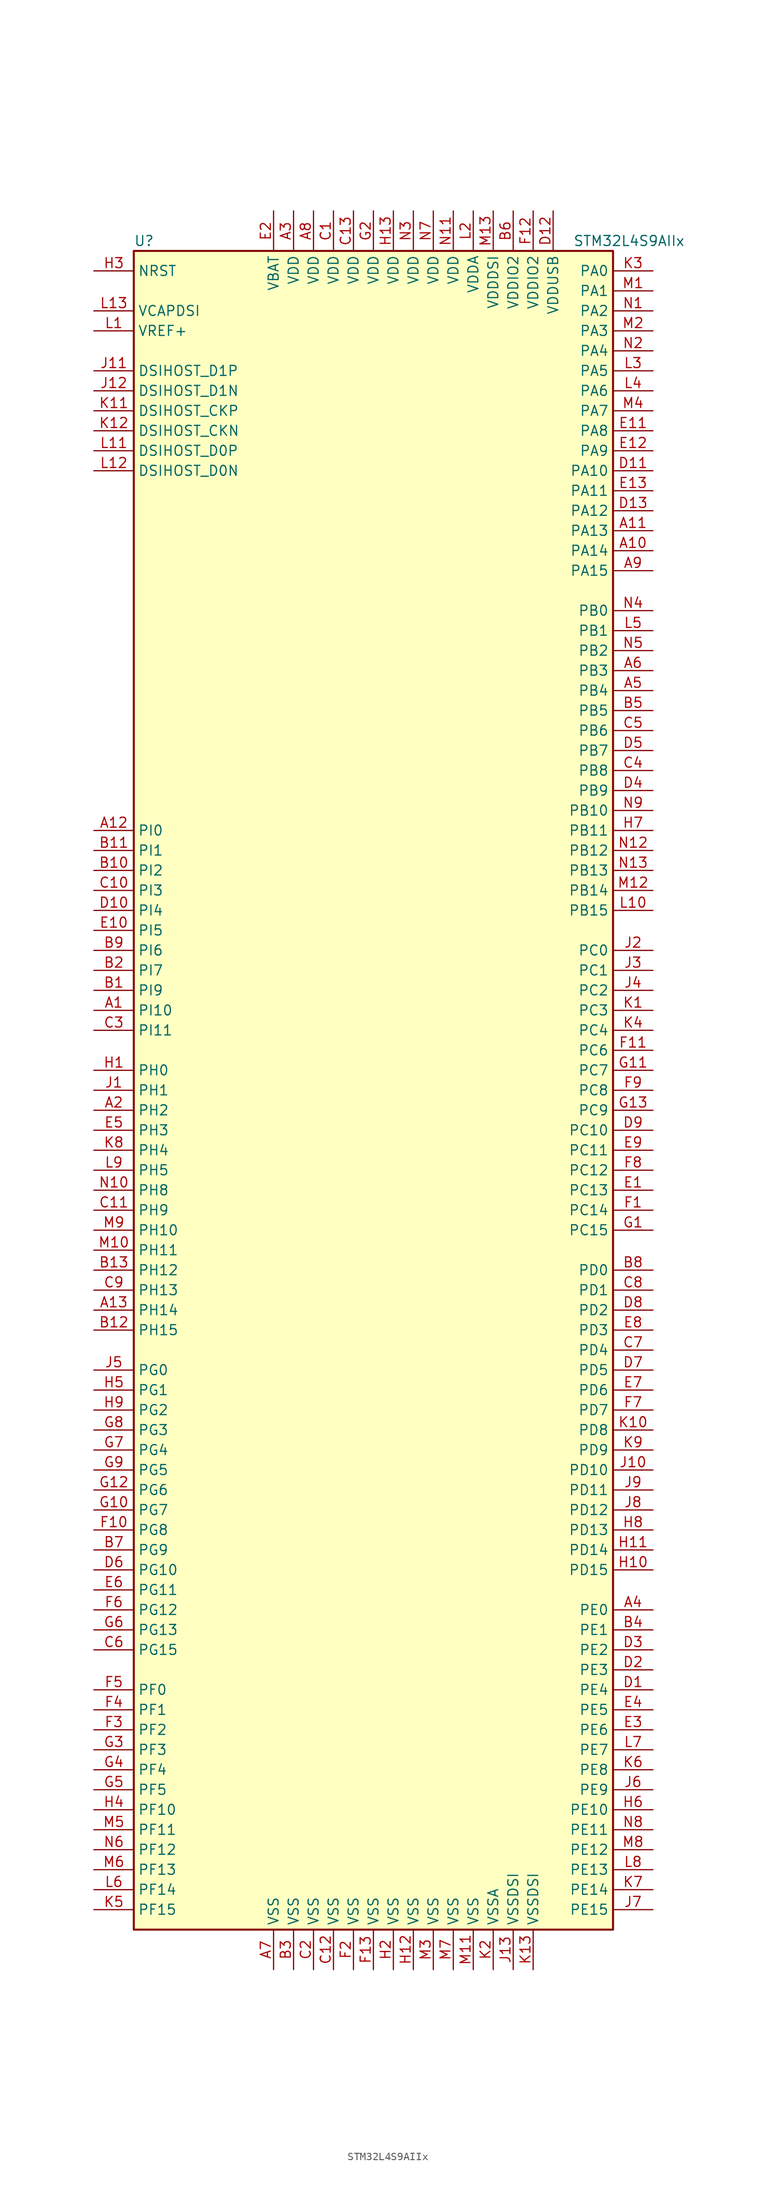
<source format=kicad_sym>
(kicad_symbol_lib
  (version 20220914)
  (generator kicad_symbol_editor)
  (symbol "STM32L4S9AIIx"
    (property "Reference" "U"
      (at -30.48 107.95 0)
      (effects (font (size 1.27 1.27)) (justify left)))
    (property "Value" "STM32L4S9AIIx"
      (at 25.4 107.95 0)
      (effects (font (size 1.27 1.27)) (justify left)))
    (symbol "STM32L4S9AIIx_0_1"
      (rectangle (start -30.48 -106.68) (end 30.48 106.68) (stroke (width 0.254) (type default)) (fill (type background))))
    (symbol "STM32L4S9AIIx_1_1"
      (pin bidirectional line (at -35.56 10.16 0) (length 5.08) (name "PI10" (effects (font (size 1.27 1.27)))) (number "A1" (effects (font (size 1.27 1.27)))))
      (pin bidirectional line (at 35.56 68.58 180) (length 5.08) (name "PA14" (effects (font (size 1.27 1.27)))) (number "A10" (effects (font (size 1.27 1.27)))))
      (pin bidirectional line (at 35.56 71.12 180) (length 5.08) (name "PA13" (effects (font (size 1.27 1.27)))) (number "A11" (effects (font (size 1.27 1.27)))))
      (pin bidirectional line (at -35.56 33.02 0) (length 5.08) (name "PI0" (effects (font (size 1.27 1.27)))) (number "A12" (effects (font (size 1.27 1.27)))))
      (pin bidirectional line (at -35.56 -27.94 0) (length 5.08) (name "PH14" (effects (font (size 1.27 1.27)))) (number "A13" (effects (font (size 1.27 1.27)))))
      (pin bidirectional line (at -35.56 -2.54 0) (length 5.08) (name "PH2" (effects (font (size 1.27 1.27)))) (number "A2" (effects (font (size 1.27 1.27)))))
      (pin power_in line (at -10.16 111.76 270) (length 5.08) (name "VDD" (effects (font (size 1.27 1.27)))) (number "A3" (effects (font (size 1.27 1.27)))))
      (pin bidirectional line (at 35.56 -66.04 180) (length 5.08) (name "PE0" (effects (font (size 1.27 1.27)))) (number "A4" (effects (font (size 1.27 1.27)))))
      (pin bidirectional line (at 35.56 50.8 180) (length 5.08) (name "PB4" (effects (font (size 1.27 1.27)))) (number "A5" (effects (font (size 1.27 1.27)))))
      (pin bidirectional line (at 35.56 53.34 180) (length 5.08) (name "PB3" (effects (font (size 1.27 1.27)))) (number "A6" (effects (font (size 1.27 1.27)))))
      (pin power_in line (at -12.7 -111.76 90) (length 5.08) (name "VSS" (effects (font (size 1.27 1.27)))) (number "A7" (effects (font (size 1.27 1.27)))))
      (pin power_in line (at -7.62 111.76 270) (length 5.08) (name "VDD" (effects (font (size 1.27 1.27)))) (number "A8" (effects (font (size 1.27 1.27)))))
      (pin bidirectional line (at 35.56 66.04 180) (length 5.08) (name "PA15" (effects (font (size 1.27 1.27)))) (number "A9" (effects (font (size 1.27 1.27)))))
      (pin bidirectional line (at -35.56 12.7 0) (length 5.08) (name "PI9" (effects (font (size 1.27 1.27)))) (number "B1" (effects (font (size 1.27 1.27)))))
      (pin bidirectional line (at -35.56 27.94 0) (length 5.08) (name "PI2" (effects (font (size 1.27 1.27)))) (number "B10" (effects (font (size 1.27 1.27)))))
      (pin bidirectional line (at -35.56 30.48 0) (length 5.08) (name "PI1" (effects (font (size 1.27 1.27)))) (number "B11" (effects (font (size 1.27 1.27)))))
      (pin bidirectional line (at -35.56 -30.48 0) (length 5.08) (name "PH15" (effects (font (size 1.27 1.27)))) (number "B12" (effects (font (size 1.27 1.27)))))
      (pin bidirectional line (at -35.56 -22.86 0) (length 5.08) (name "PH12" (effects (font (size 1.27 1.27)))) (number "B13" (effects (font (size 1.27 1.27)))))
      (pin bidirectional line (at -35.56 15.24 0) (length 5.08) (name "PI7" (effects (font (size 1.27 1.27)))) (number "B2" (effects (font (size 1.27 1.27)))))
      (pin power_in line (at -10.16 -111.76 90) (length 5.08) (name "VSS" (effects (font (size 1.27 1.27)))) (number "B3" (effects (font (size 1.27 1.27)))))
      (pin bidirectional line (at 35.56 -68.58 180) (length 5.08) (name "PE1" (effects (font (size 1.27 1.27)))) (number "B4" (effects (font (size 1.27 1.27)))))
      (pin bidirectional line (at 35.56 48.26 180) (length 5.08) (name "PB5" (effects (font (size 1.27 1.27)))) (number "B5" (effects (font (size 1.27 1.27)))))
      (pin power_in line (at 17.78 111.76 270) (length 5.08) (name "VDDIO2" (effects (font (size 1.27 1.27)))) (number "B6" (effects (font (size 1.27 1.27)))))
      (pin bidirectional line (at -35.56 -58.42 0) (length 5.08) (name "PG9" (effects (font (size 1.27 1.27)))) (number "B7" (effects (font (size 1.27 1.27)))))
      (pin bidirectional line (at 35.56 -22.86 180) (length 5.08) (name "PD0" (effects (font (size 1.27 1.27)))) (number "B8" (effects (font (size 1.27 1.27)))))
      (pin bidirectional line (at -35.56 17.78 0) (length 5.08) (name "PI6" (effects (font (size 1.27 1.27)))) (number "B9" (effects (font (size 1.27 1.27)))))
      (pin power_in line (at -5.08 111.76 270) (length 5.08) (name "VDD" (effects (font (size 1.27 1.27)))) (number "C1" (effects (font (size 1.27 1.27)))))
      (pin bidirectional line (at -35.56 25.4 0) (length 5.08) (name "PI3" (effects (font (size 1.27 1.27)))) (number "C10" (effects (font (size 1.27 1.27)))))
      (pin bidirectional line (at -35.56 -15.24 0) (length 5.08) (name "PH9" (effects (font (size 1.27 1.27)))) (number "C11" (effects (font (size 1.27 1.27)))))
      (pin power_in line (at -5.08 -111.76 90) (length 5.08) (name "VSS" (effects (font (size 1.27 1.27)))) (number "C12" (effects (font (size 1.27 1.27)))))
      (pin power_in line (at -2.54 111.76 270) (length 5.08) (name "VDD" (effects (font (size 1.27 1.27)))) (number "C13" (effects (font (size 1.27 1.27)))))
      (pin power_in line (at -7.62 -111.76 90) (length 5.08) (name "VSS" (effects (font (size 1.27 1.27)))) (number "C2" (effects (font (size 1.27 1.27)))))
      (pin bidirectional line (at -35.56 7.62 0) (length 5.08) (name "PI11" (effects (font (size 1.27 1.27)))) (number "C3" (effects (font (size 1.27 1.27)))))
      (pin bidirectional line (at 35.56 40.64 180) (length 5.08) (name "PB8" (effects (font (size 1.27 1.27)))) (number "C4" (effects (font (size 1.27 1.27)))))
      (pin bidirectional line (at 35.56 45.72 180) (length 5.08) (name "PB6" (effects (font (size 1.27 1.27)))) (number "C5" (effects (font (size 1.27 1.27)))))
      (pin bidirectional line (at -35.56 -71.12 0) (length 5.08) (name "PG15" (effects (font (size 1.27 1.27)))) (number "C6" (effects (font (size 1.27 1.27)))))
      (pin bidirectional line (at 35.56 -33.02 180) (length 5.08) (name "PD4" (effects (font (size 1.27 1.27)))) (number "C7" (effects (font (size 1.27 1.27)))))
      (pin bidirectional line (at 35.56 -25.4 180) (length 5.08) (name "PD1" (effects (font (size 1.27 1.27)))) (number "C8" (effects (font (size 1.27 1.27)))))
      (pin bidirectional line (at -35.56 -25.4 0) (length 5.08) (name "PH13" (effects (font (size 1.27 1.27)))) (number "C9" (effects (font (size 1.27 1.27)))))
      (pin bidirectional line (at 35.56 -76.2 180) (length 5.08) (name "PE4" (effects (font (size 1.27 1.27)))) (number "D1" (effects (font (size 1.27 1.27)))))
      (pin bidirectional line (at -35.56 22.86 0) (length 5.08) (name "PI4" (effects (font (size 1.27 1.27)))) (number "D10" (effects (font (size 1.27 1.27)))))
      (pin bidirectional line (at 35.56 78.74 180) (length 5.08) (name "PA10" (effects (font (size 1.27 1.27)))) (number "D11" (effects (font (size 1.27 1.27)))))
      (pin power_in line (at 22.86 111.76 270) (length 5.08) (name "VDDUSB" (effects (font (size 1.27 1.27)))) (number "D12" (effects (font (size 1.27 1.27)))))
      (pin bidirectional line (at 35.56 73.66 180) (length 5.08) (name "PA12" (effects (font (size 1.27 1.27)))) (number "D13" (effects (font (size 1.27 1.27)))))
      (pin bidirectional line (at 35.56 -73.66 180) (length 5.08) (name "PE3" (effects (font (size 1.27 1.27)))) (number "D2" (effects (font (size 1.27 1.27)))))
      (pin bidirectional line (at 35.56 -71.12 180) (length 5.08) (name "PE2" (effects (font (size 1.27 1.27)))) (number "D3" (effects (font (size 1.27 1.27)))))
      (pin bidirectional line (at 35.56 38.1 180) (length 5.08) (name "PB9" (effects (font (size 1.27 1.27)))) (number "D4" (effects (font (size 1.27 1.27)))))
      (pin bidirectional line (at 35.56 43.18 180) (length 5.08) (name "PB7" (effects (font (size 1.27 1.27)))) (number "D5" (effects (font (size 1.27 1.27)))))
      (pin bidirectional line (at -35.56 -60.96 0) (length 5.08) (name "PG10" (effects (font (size 1.27 1.27)))) (number "D6" (effects (font (size 1.27 1.27)))))
      (pin bidirectional line (at 35.56 -35.56 180) (length 5.08) (name "PD5" (effects (font (size 1.27 1.27)))) (number "D7" (effects (font (size 1.27 1.27)))))
      (pin bidirectional line (at 35.56 -27.94 180) (length 5.08) (name "PD2" (effects (font (size 1.27 1.27)))) (number "D8" (effects (font (size 1.27 1.27)))))
      (pin bidirectional line (at 35.56 -5.08 180) (length 5.08) (name "PC10" (effects (font (size 1.27 1.27)))) (number "D9" (effects (font (size 1.27 1.27)))))
      (pin bidirectional line (at 35.56 -12.7 180) (length 5.08) (name "PC13" (effects (font (size 1.27 1.27)))) (number "E1" (effects (font (size 1.27 1.27)))))
      (pin bidirectional line (at -35.56 20.32 0) (length 5.08) (name "PI5" (effects (font (size 1.27 1.27)))) (number "E10" (effects (font (size 1.27 1.27)))))
      (pin bidirectional line (at 35.56 83.82 180) (length 5.08) (name "PA8" (effects (font (size 1.27 1.27)))) (number "E11" (effects (font (size 1.27 1.27)))))
      (pin bidirectional line (at 35.56 81.28 180) (length 5.08) (name "PA9" (effects (font (size 1.27 1.27)))) (number "E12" (effects (font (size 1.27 1.27)))))
      (pin bidirectional line (at 35.56 76.2 180) (length 5.08) (name "PA11" (effects (font (size 1.27 1.27)))) (number "E13" (effects (font (size 1.27 1.27)))))
      (pin power_in line (at -12.7 111.76 270) (length 5.08) (name "VBAT" (effects (font (size 1.27 1.27)))) (number "E2" (effects (font (size 1.27 1.27)))))
      (pin bidirectional line (at 35.56 -81.28 180) (length 5.08) (name "PE6" (effects (font (size 1.27 1.27)))) (number "E3" (effects (font (size 1.27 1.27)))))
      (pin bidirectional line (at 35.56 -78.74 180) (length 5.08) (name "PE5" (effects (font (size 1.27 1.27)))) (number "E4" (effects (font (size 1.27 1.27)))))
      (pin bidirectional line (at -35.56 -5.08 0) (length 5.08) (name "PH3" (effects (font (size 1.27 1.27)))) (number "E5" (effects (font (size 1.27 1.27)))))
      (pin bidirectional line (at -35.56 -63.5 0) (length 5.08) (name "PG11" (effects (font (size 1.27 1.27)))) (number "E6" (effects (font (size 1.27 1.27)))))
      (pin bidirectional line (at 35.56 -38.1 180) (length 5.08) (name "PD6" (effects (font (size 1.27 1.27)))) (number "E7" (effects (font (size 1.27 1.27)))))
      (pin bidirectional line (at 35.56 -30.48 180) (length 5.08) (name "PD3" (effects (font (size 1.27 1.27)))) (number "E8" (effects (font (size 1.27 1.27)))))
      (pin bidirectional line (at 35.56 -7.62 180) (length 5.08) (name "PC11" (effects (font (size 1.27 1.27)))) (number "E9" (effects (font (size 1.27 1.27)))))
      (pin bidirectional line (at 35.56 -15.24 180) (length 5.08) (name "PC14" (effects (font (size 1.27 1.27)))) (number "F1" (effects (font (size 1.27 1.27)))))
      (pin bidirectional line (at -35.56 -55.88 0) (length 5.08) (name "PG8" (effects (font (size 1.27 1.27)))) (number "F10" (effects (font (size 1.27 1.27)))))
      (pin bidirectional line (at 35.56 5.08 180) (length 5.08) (name "PC6" (effects (font (size 1.27 1.27)))) (number "F11" (effects (font (size 1.27 1.27)))))
      (pin power_in line (at 20.32 111.76 270) (length 5.08) (name "VDDIO2" (effects (font (size 1.27 1.27)))) (number "F12" (effects (font (size 1.27 1.27)))))
      (pin power_in line (at 0 -111.76 90) (length 5.08) (name "VSS" (effects (font (size 1.27 1.27)))) (number "F13" (effects (font (size 1.27 1.27)))))
      (pin power_in line (at -2.54 -111.76 90) (length 5.08) (name "VSS" (effects (font (size 1.27 1.27)))) (number "F2" (effects (font (size 1.27 1.27)))))
      (pin bidirectional line (at -35.56 -81.28 0) (length 5.08) (name "PF2" (effects (font (size 1.27 1.27)))) (number "F3" (effects (font (size 1.27 1.27)))))
      (pin bidirectional line (at -35.56 -78.74 0) (length 5.08) (name "PF1" (effects (font (size 1.27 1.27)))) (number "F4" (effects (font (size 1.27 1.27)))))
      (pin bidirectional line (at -35.56 -76.2 0) (length 5.08) (name "PF0" (effects (font (size 1.27 1.27)))) (number "F5" (effects (font (size 1.27 1.27)))))
      (pin bidirectional line (at -35.56 -66.04 0) (length 5.08) (name "PG12" (effects (font (size 1.27 1.27)))) (number "F6" (effects (font (size 1.27 1.27)))))
      (pin bidirectional line (at 35.56 -40.64 180) (length 5.08) (name "PD7" (effects (font (size 1.27 1.27)))) (number "F7" (effects (font (size 1.27 1.27)))))
      (pin bidirectional line (at 35.56 -10.16 180) (length 5.08) (name "PC12" (effects (font (size 1.27 1.27)))) (number "F8" (effects (font (size 1.27 1.27)))))
      (pin bidirectional line (at 35.56 0 180) (length 5.08) (name "PC8" (effects (font (size 1.27 1.27)))) (number "F9" (effects (font (size 1.27 1.27)))))
      (pin bidirectional line (at 35.56 -17.78 180) (length 5.08) (name "PC15" (effects (font (size 1.27 1.27)))) (number "G1" (effects (font (size 1.27 1.27)))))
      (pin bidirectional line (at -35.56 -53.34 0) (length 5.08) (name "PG7" (effects (font (size 1.27 1.27)))) (number "G10" (effects (font (size 1.27 1.27)))))
      (pin bidirectional line (at 35.56 2.54 180) (length 5.08) (name "PC7" (effects (font (size 1.27 1.27)))) (number "G11" (effects (font (size 1.27 1.27)))))
      (pin bidirectional line (at -35.56 -50.8 0) (length 5.08) (name "PG6" (effects (font (size 1.27 1.27)))) (number "G12" (effects (font (size 1.27 1.27)))))
      (pin bidirectional line (at 35.56 -2.54 180) (length 5.08) (name "PC9" (effects (font (size 1.27 1.27)))) (number "G13" (effects (font (size 1.27 1.27)))))
      (pin power_in line (at 0 111.76 270) (length 5.08) (name "VDD" (effects (font (size 1.27 1.27)))) (number "G2" (effects (font (size 1.27 1.27)))))
      (pin bidirectional line (at -35.56 -83.82 0) (length 5.08) (name "PF3" (effects (font (size 1.27 1.27)))) (number "G3" (effects (font (size 1.27 1.27)))))
      (pin bidirectional line (at -35.56 -86.36 0) (length 5.08) (name "PF4" (effects (font (size 1.27 1.27)))) (number "G4" (effects (font (size 1.27 1.27)))))
      (pin bidirectional line (at -35.56 -88.9 0) (length 5.08) (name "PF5" (effects (font (size 1.27 1.27)))) (number "G5" (effects (font (size 1.27 1.27)))))
      (pin bidirectional line (at -35.56 -68.58 0) (length 5.08) (name "PG13" (effects (font (size 1.27 1.27)))) (number "G6" (effects (font (size 1.27 1.27)))))
      (pin bidirectional line (at -35.56 -45.72 0) (length 5.08) (name "PG4" (effects (font (size 1.27 1.27)))) (number "G7" (effects (font (size 1.27 1.27)))))
      (pin bidirectional line (at -35.56 -43.18 0) (length 5.08) (name "PG3" (effects (font (size 1.27 1.27)))) (number "G8" (effects (font (size 1.27 1.27)))))
      (pin bidirectional line (at -35.56 -48.26 0) (length 5.08) (name "PG5" (effects (font (size 1.27 1.27)))) (number "G9" (effects (font (size 1.27 1.27)))))
      (pin input line (at -35.56 2.54 0) (length 5.08) (name "PH0" (effects (font (size 1.27 1.27)))) (number "H1" (effects (font (size 1.27 1.27)))))
      (pin bidirectional line (at 35.56 -60.96 180) (length 5.08) (name "PD15" (effects (font (size 1.27 1.27)))) (number "H10" (effects (font (size 1.27 1.27)))))
      (pin bidirectional line (at 35.56 -58.42 180) (length 5.08) (name "PD14" (effects (font (size 1.27 1.27)))) (number "H11" (effects (font (size 1.27 1.27)))))
      (pin power_in line (at 5.08 -111.76 90) (length 5.08) (name "VSS" (effects (font (size 1.27 1.27)))) (number "H12" (effects (font (size 1.27 1.27)))))
      (pin power_in line (at 2.54 111.76 270) (length 5.08) (name "VDD" (effects (font (size 1.27 1.27)))) (number "H13" (effects (font (size 1.27 1.27)))))
      (pin power_in line (at 2.54 -111.76 90) (length 5.08) (name "VSS" (effects (font (size 1.27 1.27)))) (number "H2" (effects (font (size 1.27 1.27)))))
      (pin input line (at -35.56 104.14 0) (length 5.08) (name "NRST" (effects (font (size 1.27 1.27)))) (number "H3" (effects (font (size 1.27 1.27)))))
      (pin bidirectional line (at -35.56 -91.44 0) (length 5.08) (name "PF10" (effects (font (size 1.27 1.27)))) (number "H4" (effects (font (size 1.27 1.27)))))
      (pin bidirectional line (at -35.56 -38.1 0) (length 5.08) (name "PG1" (effects (font (size 1.27 1.27)))) (number "H5" (effects (font (size 1.27 1.27)))))
      (pin bidirectional line (at 35.56 -91.44 180) (length 5.08) (name "PE10" (effects (font (size 1.27 1.27)))) (number "H6" (effects (font (size 1.27 1.27)))))
      (pin bidirectional line (at 35.56 33.02 180) (length 5.08) (name "PB11" (effects (font (size 1.27 1.27)))) (number "H7" (effects (font (size 1.27 1.27)))))
      (pin bidirectional line (at 35.56 -55.88 180) (length 5.08) (name "PD13" (effects (font (size 1.27 1.27)))) (number "H8" (effects (font (size 1.27 1.27)))))
      (pin bidirectional line (at -35.56 -40.64 0) (length 5.08) (name "PG2" (effects (font (size 1.27 1.27)))) (number "H9" (effects (font (size 1.27 1.27)))))
      (pin input line (at -35.56 0 0) (length 5.08) (name "PH1" (effects (font (size 1.27 1.27)))) (number "J1" (effects (font (size 1.27 1.27)))))
      (pin bidirectional line (at 35.56 -48.26 180) (length 5.08) (name "PD10" (effects (font (size 1.27 1.27)))) (number "J10" (effects (font (size 1.27 1.27)))))
      (pin bidirectional line (at -35.56 91.44 0) (length 5.08) (name "DSIHOST_D1P" (effects (font (size 1.27 1.27)))) (number "J11" (effects (font (size 1.27 1.27)))))
      (pin bidirectional line (at -35.56 88.9 0) (length 5.08) (name "DSIHOST_D1N" (effects (font (size 1.27 1.27)))) (number "J12" (effects (font (size 1.27 1.27)))))
      (pin power_in line (at 17.78 -111.76 90) (length 5.08) (name "VSSDSI" (effects (font (size 1.27 1.27)))) (number "J13" (effects (font (size 1.27 1.27)))))
      (pin bidirectional line (at 35.56 17.78 180) (length 5.08) (name "PC0" (effects (font (size 1.27 1.27)))) (number "J2" (effects (font (size 1.27 1.27)))))
      (pin bidirectional line (at 35.56 15.24 180) (length 5.08) (name "PC1" (effects (font (size 1.27 1.27)))) (number "J3" (effects (font (size 1.27 1.27)))))
      (pin bidirectional line (at 35.56 12.7 180) (length 5.08) (name "PC2" (effects (font (size 1.27 1.27)))) (number "J4" (effects (font (size 1.27 1.27)))))
      (pin bidirectional line (at -35.56 -35.56 0) (length 5.08) (name "PG0" (effects (font (size 1.27 1.27)))) (number "J5" (effects (font (size 1.27 1.27)))))
      (pin bidirectional line (at 35.56 -88.9 180) (length 5.08) (name "PE9" (effects (font (size 1.27 1.27)))) (number "J6" (effects (font (size 1.27 1.27)))))
      (pin bidirectional line (at 35.56 -104.14 180) (length 5.08) (name "PE15" (effects (font (size 1.27 1.27)))) (number "J7" (effects (font (size 1.27 1.27)))))
      (pin bidirectional line (at 35.56 -53.34 180) (length 5.08) (name "PD12" (effects (font (size 1.27 1.27)))) (number "J8" (effects (font (size 1.27 1.27)))))
      (pin bidirectional line (at 35.56 -50.8 180) (length 5.08) (name "PD11" (effects (font (size 1.27 1.27)))) (number "J9" (effects (font (size 1.27 1.27)))))
      (pin bidirectional line (at 35.56 10.16 180) (length 5.08) (name "PC3" (effects (font (size 1.27 1.27)))) (number "K1" (effects (font (size 1.27 1.27)))))
      (pin bidirectional line (at 35.56 -43.18 180) (length 5.08) (name "PD8" (effects (font (size 1.27 1.27)))) (number "K10" (effects (font (size 1.27 1.27)))))
      (pin bidirectional line (at -35.56 86.36 0) (length 5.08) (name "DSIHOST_CKP" (effects (font (size 1.27 1.27)))) (number "K11" (effects (font (size 1.27 1.27)))))
      (pin bidirectional line (at -35.56 83.82 0) (length 5.08) (name "DSIHOST_CKN" (effects (font (size 1.27 1.27)))) (number "K12" (effects (font (size 1.27 1.27)))))
      (pin power_in line (at 20.32 -111.76 90) (length 5.08) (name "VSSDSI" (effects (font (size 1.27 1.27)))) (number "K13" (effects (font (size 1.27 1.27)))))
      (pin power_in line (at 15.24 -111.76 90) (length 5.08) (name "VSSA" (effects (font (size 1.27 1.27)))) (number "K2" (effects (font (size 1.27 1.27)))))
      (pin bidirectional line (at 35.56 104.14 180) (length 5.08) (name "PA0" (effects (font (size 1.27 1.27)))) (number "K3" (effects (font (size 1.27 1.27)))))
      (pin bidirectional line (at 35.56 7.62 180) (length 5.08) (name "PC4" (effects (font (size 1.27 1.27)))) (number "K4" (effects (font (size 1.27 1.27)))))
      (pin bidirectional line (at -35.56 -104.14 0) (length 5.08) (name "PF15" (effects (font (size 1.27 1.27)))) (number "K5" (effects (font (size 1.27 1.27)))))
      (pin bidirectional line (at 35.56 -86.36 180) (length 5.08) (name "PE8" (effects (font (size 1.27 1.27)))) (number "K6" (effects (font (size 1.27 1.27)))))
      (pin bidirectional line (at 35.56 -101.6 180) (length 5.08) (name "PE14" (effects (font (size 1.27 1.27)))) (number "K7" (effects (font (size 1.27 1.27)))))
      (pin bidirectional line (at -35.56 -7.62 0) (length 5.08) (name "PH4" (effects (font (size 1.27 1.27)))) (number "K8" (effects (font (size 1.27 1.27)))))
      (pin bidirectional line (at 35.56 -45.72 180) (length 5.08) (name "PD9" (effects (font (size 1.27 1.27)))) (number "K9" (effects (font (size 1.27 1.27)))))
      (pin bidirectional line (at -35.56 96.52 0) (length 5.08) (name "VREF+" (effects (font (size 1.27 1.27)))) (number "L1" (effects (font (size 1.27 1.27)))))
      (pin bidirectional line (at 35.56 22.86 180) (length 5.08) (name "PB15" (effects (font (size 1.27 1.27)))) (number "L10" (effects (font (size 1.27 1.27)))))
      (pin bidirectional line (at -35.56 81.28 0) (length 5.08) (name "DSIHOST_D0P" (effects (font (size 1.27 1.27)))) (number "L11" (effects (font (size 1.27 1.27)))))
      (pin bidirectional line (at -35.56 78.74 0) (length 5.08) (name "DSIHOST_D0N" (effects (font (size 1.27 1.27)))) (number "L12" (effects (font (size 1.27 1.27)))))
      (pin power_in line (at -35.56 99.06 0) (length 5.08) (name "VCAPDSI" (effects (font (size 1.27 1.27)))) (number "L13" (effects (font (size 1.27 1.27)))))
      (pin power_in line (at 12.7 111.76 270) (length 5.08) (name "VDDA" (effects (font (size 1.27 1.27)))) (number "L2" (effects (font (size 1.27 1.27)))))
      (pin bidirectional line (at 35.56 91.44 180) (length 5.08) (name "PA5" (effects (font (size 1.27 1.27)))) (number "L3" (effects (font (size 1.27 1.27)))))
      (pin bidirectional line (at 35.56 88.9 180) (length 5.08) (name "PA6" (effects (font (size 1.27 1.27)))) (number "L4" (effects (font (size 1.27 1.27)))))
      (pin bidirectional line (at 35.56 58.42 180) (length 5.08) (name "PB1" (effects (font (size 1.27 1.27)))) (number "L5" (effects (font (size 1.27 1.27)))))
      (pin bidirectional line (at -35.56 -101.6 0) (length 5.08) (name "PF14" (effects (font (size 1.27 1.27)))) (number "L6" (effects (font (size 1.27 1.27)))))
      (pin bidirectional line (at 35.56 -83.82 180) (length 5.08) (name "PE7" (effects (font (size 1.27 1.27)))) (number "L7" (effects (font (size 1.27 1.27)))))
      (pin bidirectional line (at 35.56 -99.06 180) (length 5.08) (name "PE13" (effects (font (size 1.27 1.27)))) (number "L8" (effects (font (size 1.27 1.27)))))
      (pin bidirectional line (at -35.56 -10.16 0) (length 5.08) (name "PH5" (effects (font (size 1.27 1.27)))) (number "L9" (effects (font (size 1.27 1.27)))))
      (pin bidirectional line (at 35.56 101.6 180) (length 5.08) (name "PA1" (effects (font (size 1.27 1.27)))) (number "M1" (effects (font (size 1.27 1.27)))))
      (pin bidirectional line (at -35.56 -20.32 0) (length 5.08) (name "PH11" (effects (font (size 1.27 1.27)))) (number "M10" (effects (font (size 1.27 1.27)))))
      (pin power_in line (at 12.7 -111.76 90) (length 5.08) (name "VSS" (effects (font (size 1.27 1.27)))) (number "M11" (effects (font (size 1.27 1.27)))))
      (pin bidirectional line (at 35.56 25.4 180) (length 5.08) (name "PB14" (effects (font (size 1.27 1.27)))) (number "M12" (effects (font (size 1.27 1.27)))))
      (pin power_in line (at 15.24 111.76 270) (length 5.08) (name "VDDDSI" (effects (font (size 1.27 1.27)))) (number "M13" (effects (font (size 1.27 1.27)))))
      (pin bidirectional line (at 35.56 96.52 180) (length 5.08) (name "PA3" (effects (font (size 1.27 1.27)))) (number "M2" (effects (font (size 1.27 1.27)))))
      (pin power_in line (at 7.62 -111.76 90) (length 5.08) (name "VSS" (effects (font (size 1.27 1.27)))) (number "M3" (effects (font (size 1.27 1.27)))))
      (pin bidirectional line (at 35.56 86.36 180) (length 5.08) (name "PA7" (effects (font (size 1.27 1.27)))) (number "M4" (effects (font (size 1.27 1.27)))))
      (pin bidirectional line (at -35.56 -93.98 0) (length 5.08) (name "PF11" (effects (font (size 1.27 1.27)))) (number "M5" (effects (font (size 1.27 1.27)))))
      (pin bidirectional line (at -35.56 -99.06 0) (length 5.08) (name "PF13" (effects (font (size 1.27 1.27)))) (number "M6" (effects (font (size 1.27 1.27)))))
      (pin power_in line (at 10.16 -111.76 90) (length 5.08) (name "VSS" (effects (font (size 1.27 1.27)))) (number "M7" (effects (font (size 1.27 1.27)))))
      (pin bidirectional line (at 35.56 -96.52 180) (length 5.08) (name "PE12" (effects (font (size 1.27 1.27)))) (number "M8" (effects (font (size 1.27 1.27)))))
      (pin bidirectional line (at -35.56 -17.78 0) (length 5.08) (name "PH10" (effects (font (size 1.27 1.27)))) (number "M9" (effects (font (size 1.27 1.27)))))
      (pin bidirectional line (at 35.56 99.06 180) (length 5.08) (name "PA2" (effects (font (size 1.27 1.27)))) (number "N1" (effects (font (size 1.27 1.27)))))
      (pin bidirectional line (at -35.56 -12.7 0) (length 5.08) (name "PH8" (effects (font (size 1.27 1.27)))) (number "N10" (effects (font (size 1.27 1.27)))))
      (pin power_in line (at 10.16 111.76 270) (length 5.08) (name "VDD" (effects (font (size 1.27 1.27)))) (number "N11" (effects (font (size 1.27 1.27)))))
      (pin bidirectional line (at 35.56 30.48 180) (length 5.08) (name "PB12" (effects (font (size 1.27 1.27)))) (number "N12" (effects (font (size 1.27 1.27)))))
      (pin bidirectional line (at 35.56 27.94 180) (length 5.08) (name "PB13" (effects (font (size 1.27 1.27)))) (number "N13" (effects (font (size 1.27 1.27)))))
      (pin bidirectional line (at 35.56 93.98 180) (length 5.08) (name "PA4" (effects (font (size 1.27 1.27)))) (number "N2" (effects (font (size 1.27 1.27)))))
      (pin power_in line (at 5.08 111.76 270) (length 5.08) (name "VDD" (effects (font (size 1.27 1.27)))) (number "N3" (effects (font (size 1.27 1.27)))))
      (pin bidirectional line (at 35.56 60.96 180) (length 5.08) (name "PB0" (effects (font (size 1.27 1.27)))) (number "N4" (effects (font (size 1.27 1.27)))))
      (pin bidirectional line (at 35.56 55.88 180) (length 5.08) (name "PB2" (effects (font (size 1.27 1.27)))) (number "N5" (effects (font (size 1.27 1.27)))))
      (pin bidirectional line (at -35.56 -96.52 0) (length 5.08) (name "PF12" (effects (font (size 1.27 1.27)))) (number "N6" (effects (font (size 1.27 1.27)))))
      (pin power_in line (at 7.62 111.76 270) (length 5.08) (name "VDD" (effects (font (size 1.27 1.27)))) (number "N7" (effects (font (size 1.27 1.27)))))
      (pin bidirectional line (at 35.56 -93.98 180) (length 5.08) (name "PE11" (effects (font (size 1.27 1.27)))) (number "N8" (effects (font (size 1.27 1.27)))))
      (pin bidirectional line (at 35.56 35.56 180) (length 5.08) (name "PB10" (effects (font (size 1.27 1.27)))) (number "N9" (effects (font (size 1.27 1.27))))))))
</source>
